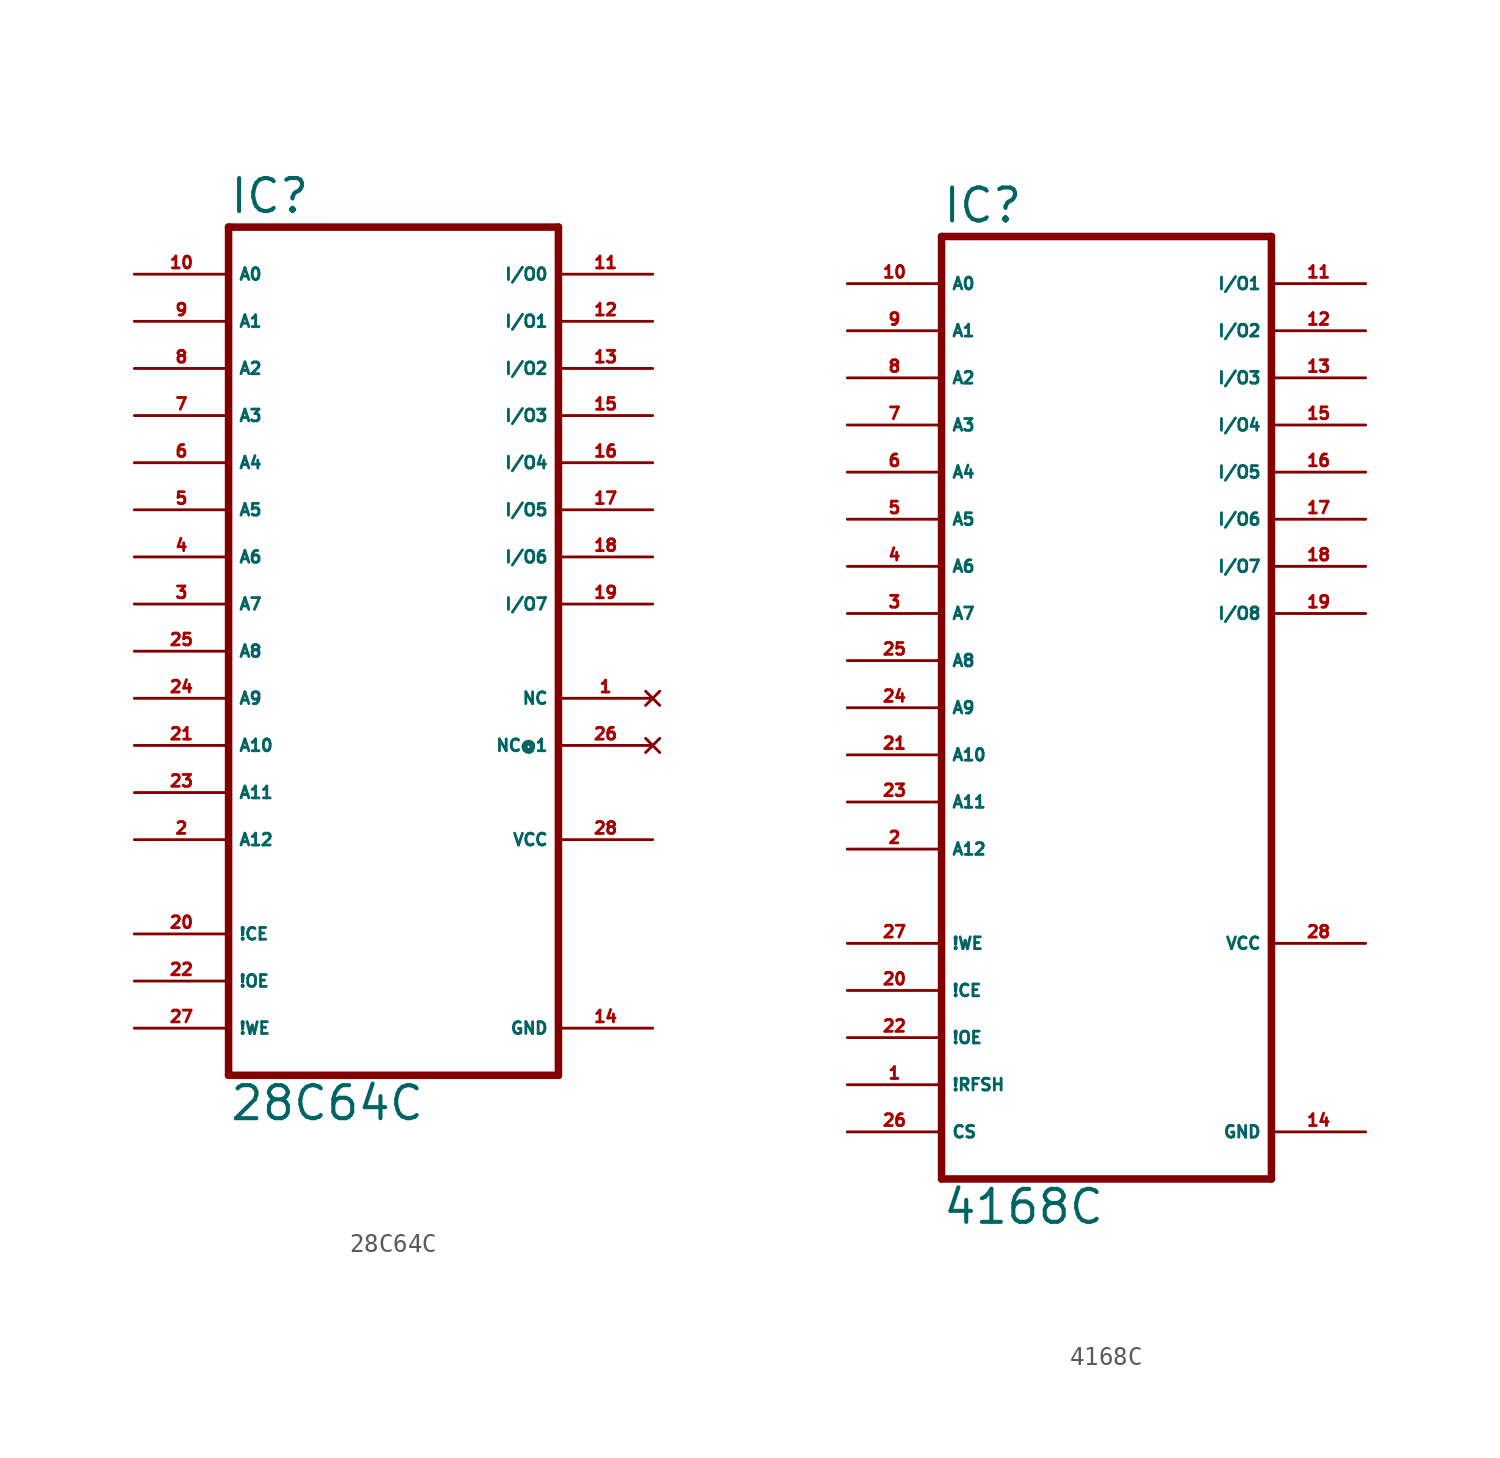
<source format=kicad_sym>
(kicad_symbol_lib
  (version 20220914)
  (generator Eagle2Kicad)
  (symbol "28C64C"
    (property "Reference" "IC"
      (at -10.16 23.495 0)
      (effects (font (size 1.778 1.778) (thickness 0.22)) (justify left bottom)))
    (property "Value" "28C64C"
      (at -10.16 -25.4 0)
      (effects (font (size 1.778 1.778) (thickness 0.22)) (justify left bottom)))
    (polyline
      (pts (xy -10.16 -22.86) (xy 7.62 -22.86))
      (stroke (width 0.406) (type default))
      (fill (type none)))
    (polyline
      (pts (xy 7.62 -22.86) (xy 7.62 22.86))
      (stroke (width 0.406) (type default))
      (fill (type none)))
    (polyline
      (pts (xy 7.62 22.86) (xy -10.16 22.86))
      (stroke (width 0.406) (type default))
      (fill (type none)))
    (polyline
      (pts (xy -10.16 22.86) (xy -10.16 -22.86))
      (stroke (width 0.406) (type default))
      (fill (type none)))
    (pin no_connect line
      (at 12.7 -5.08 180)
      (length 5.08)
      (name "NC@1" (effects (font (size 0.635 0.635) (thickness 0.08)) (justify left bottom) hide))
      (number "26" (effects (font (size 0.635 0.635) (thickness 0.08)) (justify left bottom) hide)))
    (pin input line
      (at -15.24 -10.16 0)
      (length 5.08)
      (name "A12" (effects (font (size 0.635 0.635) (thickness 0.08)) (justify left bottom)))
      (number "2" (effects (font (size 0.635 0.635) (thickness 0.08)) (justify left bottom))))
    (pin input line
      (at -15.24 2.54 0)
      (length 5.08)
      (name "A7" (effects (font (size 0.635 0.635) (thickness 0.08)) (justify left bottom)))
      (number "3" (effects (font (size 0.635 0.635) (thickness 0.08)) (justify left bottom))))
    (pin input line
      (at -15.24 5.08 0)
      (length 5.08)
      (name "A6" (effects (font (size 0.635 0.635) (thickness 0.08)) (justify left bottom)))
      (number "4" (effects (font (size 0.635 0.635) (thickness 0.08)) (justify left bottom))))
    (pin input line
      (at -15.24 7.62 0)
      (length 5.08)
      (name "A5" (effects (font (size 0.635 0.635) (thickness 0.08)) (justify left bottom)))
      (number "5" (effects (font (size 0.635 0.635) (thickness 0.08)) (justify left bottom))))
    (pin input line
      (at -15.24 10.16 0)
      (length 5.08)
      (name "A4" (effects (font (size 0.635 0.635) (thickness 0.08)) (justify left bottom)))
      (number "6" (effects (font (size 0.635 0.635) (thickness 0.08)) (justify left bottom))))
    (pin input line
      (at -15.24 12.7 0)
      (length 5.08)
      (name "A3" (effects (font (size 0.635 0.635) (thickness 0.08)) (justify left bottom)))
      (number "7" (effects (font (size 0.635 0.635) (thickness 0.08)) (justify left bottom))))
    (pin input line
      (at -15.24 15.24 0)
      (length 5.08)
      (name "A2" (effects (font (size 0.635 0.635) (thickness 0.08)) (justify left bottom)))
      (number "8" (effects (font (size 0.635 0.635) (thickness 0.08)) (justify left bottom))))
    (pin input line
      (at -15.24 17.78 0)
      (length 5.08)
      (name "A1" (effects (font (size 0.635 0.635) (thickness 0.08)) (justify left bottom)))
      (number "9" (effects (font (size 0.635 0.635) (thickness 0.08)) (justify left bottom))))
    (pin input line
      (at -15.24 20.32 0)
      (length 5.08)
      (name "A0" (effects (font (size 0.635 0.635) (thickness 0.08)) (justify left bottom)))
      (number "10" (effects (font (size 0.635 0.635) (thickness 0.08)) (justify left bottom))))
    (pin bidirectional line
      (at 12.7 20.32 180)
      (length 5.08)
      (name "I/O0" (effects (font (size 0.635 0.635) (thickness 0.08)) (justify left bottom)))
      (number "11" (effects (font (size 0.635 0.635) (thickness 0.08)) (justify left bottom))))
    (pin bidirectional line
      (at 12.7 17.78 180)
      (length 5.08)
      (name "I/O1" (effects (font (size 0.635 0.635) (thickness 0.08)) (justify left bottom)))
      (number "12" (effects (font (size 0.635 0.635) (thickness 0.08)) (justify left bottom))))
    (pin bidirectional line
      (at 12.7 15.24 180)
      (length 5.08)
      (name "I/O2" (effects (font (size 0.635 0.635) (thickness 0.08)) (justify left bottom)))
      (number "13" (effects (font (size 0.635 0.635) (thickness 0.08)) (justify left bottom))))
    (pin bidirectional line
      (at 12.7 12.7 180)
      (length 5.08)
      (name "I/O3" (effects (font (size 0.635 0.635) (thickness 0.08)) (justify left bottom)))
      (number "15" (effects (font (size 0.635 0.635) (thickness 0.08)) (justify left bottom))))
    (pin bidirectional line
      (at 12.7 10.16 180)
      (length 5.08)
      (name "I/O4" (effects (font (size 0.635 0.635) (thickness 0.08)) (justify left bottom)))
      (number "16" (effects (font (size 0.635 0.635) (thickness 0.08)) (justify left bottom))))
    (pin bidirectional line
      (at 12.7 7.62 180)
      (length 5.08)
      (name "I/O5" (effects (font (size 0.635 0.635) (thickness 0.08)) (justify left bottom)))
      (number "17" (effects (font (size 0.635 0.635) (thickness 0.08)) (justify left bottom))))
    (pin bidirectional line
      (at 12.7 5.08 180)
      (length 5.08)
      (name "I/O6" (effects (font (size 0.635 0.635) (thickness 0.08)) (justify left bottom)))
      (number "18" (effects (font (size 0.635 0.635) (thickness 0.08)) (justify left bottom))))
    (pin bidirectional line
      (at 12.7 2.54 180)
      (length 5.08)
      (name "I/O7" (effects (font (size 0.635 0.635) (thickness 0.08)) (justify left bottom)))
      (number "19" (effects (font (size 0.635 0.635) (thickness 0.08)) (justify left bottom))))
    (pin input line
      (at -15.24 -15.24 0)
      (length 5.08)
      (name "!CE" (effects (font (size 0.635 0.635) (thickness 0.08)) (justify left bottom)))
      (number "20" (effects (font (size 0.635 0.635) (thickness 0.08)) (justify left bottom))))
    (pin input line
      (at -15.24 -5.08 0)
      (length 5.08)
      (name "A10" (effects (font (size 0.635 0.635) (thickness 0.08)) (justify left bottom)))
      (number "21" (effects (font (size 0.635 0.635) (thickness 0.08)) (justify left bottom))))
    (pin input line
      (at -15.24 -17.78 0)
      (length 5.08)
      (name "!OE" (effects (font (size 0.635 0.635) (thickness 0.08)) (justify left bottom)))
      (number "22" (effects (font (size 0.635 0.635) (thickness 0.08)) (justify left bottom))))
    (pin input line
      (at -15.24 -7.62 0)
      (length 5.08)
      (name "A11" (effects (font (size 0.635 0.635) (thickness 0.08)) (justify left bottom)))
      (number "23" (effects (font (size 0.635 0.635) (thickness 0.08)) (justify left bottom))))
    (pin input line
      (at -15.24 -2.54 0)
      (length 5.08)
      (name "A9" (effects (font (size 0.635 0.635) (thickness 0.08)) (justify left bottom)))
      (number "24" (effects (font (size 0.635 0.635) (thickness 0.08)) (justify left bottom))))
    (pin input line
      (at -15.24 0 0)
      (length 5.08)
      (name "A8" (effects (font (size 0.635 0.635) (thickness 0.08)) (justify left bottom)))
      (number "25" (effects (font (size 0.635 0.635) (thickness 0.08)) (justify left bottom))))
    (pin input line
      (at -15.24 -20.32 0)
      (length 5.08)
      (name "!WE" (effects (font (size 0.635 0.635) (thickness 0.08)) (justify left bottom)))
      (number "27" (effects (font (size 0.635 0.635) (thickness 0.08)) (justify left bottom))))
    (pin unspecified line
      (at 12.7 -20.32 180)
      (length 5.08)
      (name "GND" (effects (font (size 0.635 0.635) (thickness 0.08)) (justify left bottom)))
      (number "14" (effects (font (size 0.635 0.635) (thickness 0.08)) (justify left bottom))))
    (pin unspecified line
      (at 12.7 -10.16 180)
      (length 5.08)
      (name "VCC" (effects (font (size 0.635 0.635) (thickness 0.08)) (justify left bottom)))
      (number "28" (effects (font (size 0.635 0.635) (thickness 0.08)) (justify left bottom))))
    (pin no_connect line
      (at 12.7 -2.54 180)
      (length 5.08)
      (name "NC" (effects (font (size 0.635 0.635) (thickness 0.08)) (justify left bottom) hide))
      (number "1" (effects (font (size 0.635 0.635) (thickness 0.08)) (justify left bottom) hide))))
  (symbol "4168C"
    (property "Reference" "IC"
      (at -7.62 18.415 0)
      (effects (font (size 1.778 1.778) (thickness 0.22)) (justify left bottom)))
    (property "Value" "4168C"
      (at -7.62 -35.56 0)
      (effects (font (size 1.778 1.778) (thickness 0.22)) (justify left bottom)))
    (polyline
      (pts (xy -7.62 -33.02) (xy 10.16 -33.02))
      (stroke (width 0.406) (type default))
      (fill (type none)))
    (polyline
      (pts (xy 10.16 17.78) (xy 10.16 -33.02))
      (stroke (width 0.406) (type default))
      (fill (type none)))
    (polyline
      (pts (xy 10.16 17.78) (xy -7.62 17.78))
      (stroke (width 0.406) (type default))
      (fill (type none)))
    (polyline
      (pts (xy -7.62 -33.02) (xy -7.62 17.78))
      (stroke (width 0.406) (type default))
      (fill (type none)))
    (pin input line
      (at -12.7 15.24 0)
      (length 5.08)
      (name "A0" (effects (font (size 0.635 0.635) (thickness 0.08)) (justify left bottom)))
      (number "10" (effects (font (size 0.635 0.635) (thickness 0.08)) (justify left bottom))))
    (pin input line
      (at -12.7 12.7 0)
      (length 5.08)
      (name "A1" (effects (font (size 0.635 0.635) (thickness 0.08)) (justify left bottom)))
      (number "9" (effects (font (size 0.635 0.635) (thickness 0.08)) (justify left bottom))))
    (pin input line
      (at -12.7 10.16 0)
      (length 5.08)
      (name "A2" (effects (font (size 0.635 0.635) (thickness 0.08)) (justify left bottom)))
      (number "8" (effects (font (size 0.635 0.635) (thickness 0.08)) (justify left bottom))))
    (pin input line
      (at -12.7 7.62 0)
      (length 5.08)
      (name "A3" (effects (font (size 0.635 0.635) (thickness 0.08)) (justify left bottom)))
      (number "7" (effects (font (size 0.635 0.635) (thickness 0.08)) (justify left bottom))))
    (pin input line
      (at -12.7 5.08 0)
      (length 5.08)
      (name "A4" (effects (font (size 0.635 0.635) (thickness 0.08)) (justify left bottom)))
      (number "6" (effects (font (size 0.635 0.635) (thickness 0.08)) (justify left bottom))))
    (pin input line
      (at -12.7 2.54 0)
      (length 5.08)
      (name "A5" (effects (font (size 0.635 0.635) (thickness 0.08)) (justify left bottom)))
      (number "5" (effects (font (size 0.635 0.635) (thickness 0.08)) (justify left bottom))))
    (pin input line
      (at -12.7 0 0)
      (length 5.08)
      (name "A6" (effects (font (size 0.635 0.635) (thickness 0.08)) (justify left bottom)))
      (number "4" (effects (font (size 0.635 0.635) (thickness 0.08)) (justify left bottom))))
    (pin input line
      (at -12.7 -2.54 0)
      (length 5.08)
      (name "A7" (effects (font (size 0.635 0.635) (thickness 0.08)) (justify left bottom)))
      (number "3" (effects (font (size 0.635 0.635) (thickness 0.08)) (justify left bottom))))
    (pin input line
      (at -12.7 -5.08 0)
      (length 5.08)
      (name "A8" (effects (font (size 0.635 0.635) (thickness 0.08)) (justify left bottom)))
      (number "25" (effects (font (size 0.635 0.635) (thickness 0.08)) (justify left bottom))))
    (pin input line
      (at -12.7 -7.62 0)
      (length 5.08)
      (name "A9" (effects (font (size 0.635 0.635) (thickness 0.08)) (justify left bottom)))
      (number "24" (effects (font (size 0.635 0.635) (thickness 0.08)) (justify left bottom))))
    (pin input line
      (at -12.7 -10.16 0)
      (length 5.08)
      (name "A10" (effects (font (size 0.635 0.635) (thickness 0.08)) (justify left bottom)))
      (number "21" (effects (font (size 0.635 0.635) (thickness 0.08)) (justify left bottom))))
    (pin input line
      (at -12.7 -12.7 0)
      (length 5.08)
      (name "A11" (effects (font (size 0.635 0.635) (thickness 0.08)) (justify left bottom)))
      (number "23" (effects (font (size 0.635 0.635) (thickness 0.08)) (justify left bottom))))
    (pin input line
      (at -12.7 -15.24 0)
      (length 5.08)
      (name "A12" (effects (font (size 0.635 0.635) (thickness 0.08)) (justify left bottom)))
      (number "2" (effects (font (size 0.635 0.635) (thickness 0.08)) (justify left bottom))))
    (pin input line
      (at -12.7 -30.48 0)
      (length 5.08)
      (name "CS" (effects (font (size 0.635 0.635) (thickness 0.08)) (justify left bottom)))
      (number "26" (effects (font (size 0.635 0.635) (thickness 0.08)) (justify left bottom))))
    (pin bidirectional line
      (at 15.24 -2.54 180)
      (length 5.08)
      (name "I/O8" (effects (font (size 0.635 0.635) (thickness 0.08)) (justify left bottom)))
      (number "19" (effects (font (size 0.635 0.635) (thickness 0.08)) (justify left bottom))))
    (pin bidirectional line
      (at 15.24 0 180)
      (length 5.08)
      (name "I/O7" (effects (font (size 0.635 0.635) (thickness 0.08)) (justify left bottom)))
      (number "18" (effects (font (size 0.635 0.635) (thickness 0.08)) (justify left bottom))))
    (pin bidirectional line
      (at 15.24 2.54 180)
      (length 5.08)
      (name "I/O6" (effects (font (size 0.635 0.635) (thickness 0.08)) (justify left bottom)))
      (number "17" (effects (font (size 0.635 0.635) (thickness 0.08)) (justify left bottom))))
    (pin bidirectional line
      (at 15.24 5.08 180)
      (length 5.08)
      (name "I/O5" (effects (font (size 0.635 0.635) (thickness 0.08)) (justify left bottom)))
      (number "16" (effects (font (size 0.635 0.635) (thickness 0.08)) (justify left bottom))))
    (pin bidirectional line
      (at 15.24 7.62 180)
      (length 5.08)
      (name "I/O4" (effects (font (size 0.635 0.635) (thickness 0.08)) (justify left bottom)))
      (number "15" (effects (font (size 0.635 0.635) (thickness 0.08)) (justify left bottom))))
    (pin bidirectional line
      (at 15.24 10.16 180)
      (length 5.08)
      (name "I/O3" (effects (font (size 0.635 0.635) (thickness 0.08)) (justify left bottom)))
      (number "13" (effects (font (size 0.635 0.635) (thickness 0.08)) (justify left bottom))))
    (pin bidirectional line
      (at 15.24 12.7 180)
      (length 5.08)
      (name "I/O2" (effects (font (size 0.635 0.635) (thickness 0.08)) (justify left bottom)))
      (number "12" (effects (font (size 0.635 0.635) (thickness 0.08)) (justify left bottom))))
    (pin bidirectional line
      (at 15.24 15.24 180)
      (length 5.08)
      (name "I/O1" (effects (font (size 0.635 0.635) (thickness 0.08)) (justify left bottom)))
      (number "11" (effects (font (size 0.635 0.635) (thickness 0.08)) (justify left bottom))))
    (pin input line
      (at -12.7 -27.94 0)
      (length 5.08)
      (name "!RFSH" (effects (font (size 0.635 0.635) (thickness 0.08)) (justify left bottom)))
      (number "1" (effects (font (size 0.635 0.635) (thickness 0.08)) (justify left bottom))))
    (pin input line
      (at -12.7 -25.4 0)
      (length 5.08)
      (name "!OE" (effects (font (size 0.635 0.635) (thickness 0.08)) (justify left bottom)))
      (number "22" (effects (font (size 0.635 0.635) (thickness 0.08)) (justify left bottom))))
    (pin input line
      (at -12.7 -22.86 0)
      (length 5.08)
      (name "!CE" (effects (font (size 0.635 0.635) (thickness 0.08)) (justify left bottom)))
      (number "20" (effects (font (size 0.635 0.635) (thickness 0.08)) (justify left bottom))))
    (pin input line
      (at -12.7 -20.32 0)
      (length 5.08)
      (name "!WE" (effects (font (size 0.635 0.635) (thickness 0.08)) (justify left bottom)))
      (number "27" (effects (font (size 0.635 0.635) (thickness 0.08)) (justify left bottom))))
    (pin unspecified line
      (at 15.24 -20.32 180)
      (length 5.08)
      (name "VCC" (effects (font (size 0.635 0.635) (thickness 0.08)) (justify left bottom)))
      (number "28" (effects (font (size 0.635 0.635) (thickness 0.08)) (justify left bottom))))
    (pin unspecified line
      (at 15.24 -30.48 180)
      (length 5.08)
      (name "GND" (effects (font (size 0.635 0.635) (thickness 0.08)) (justify left bottom)))
      (number "14" (effects (font (size 0.635 0.635) (thickness 0.08)) (justify left bottom))))))
</source>
